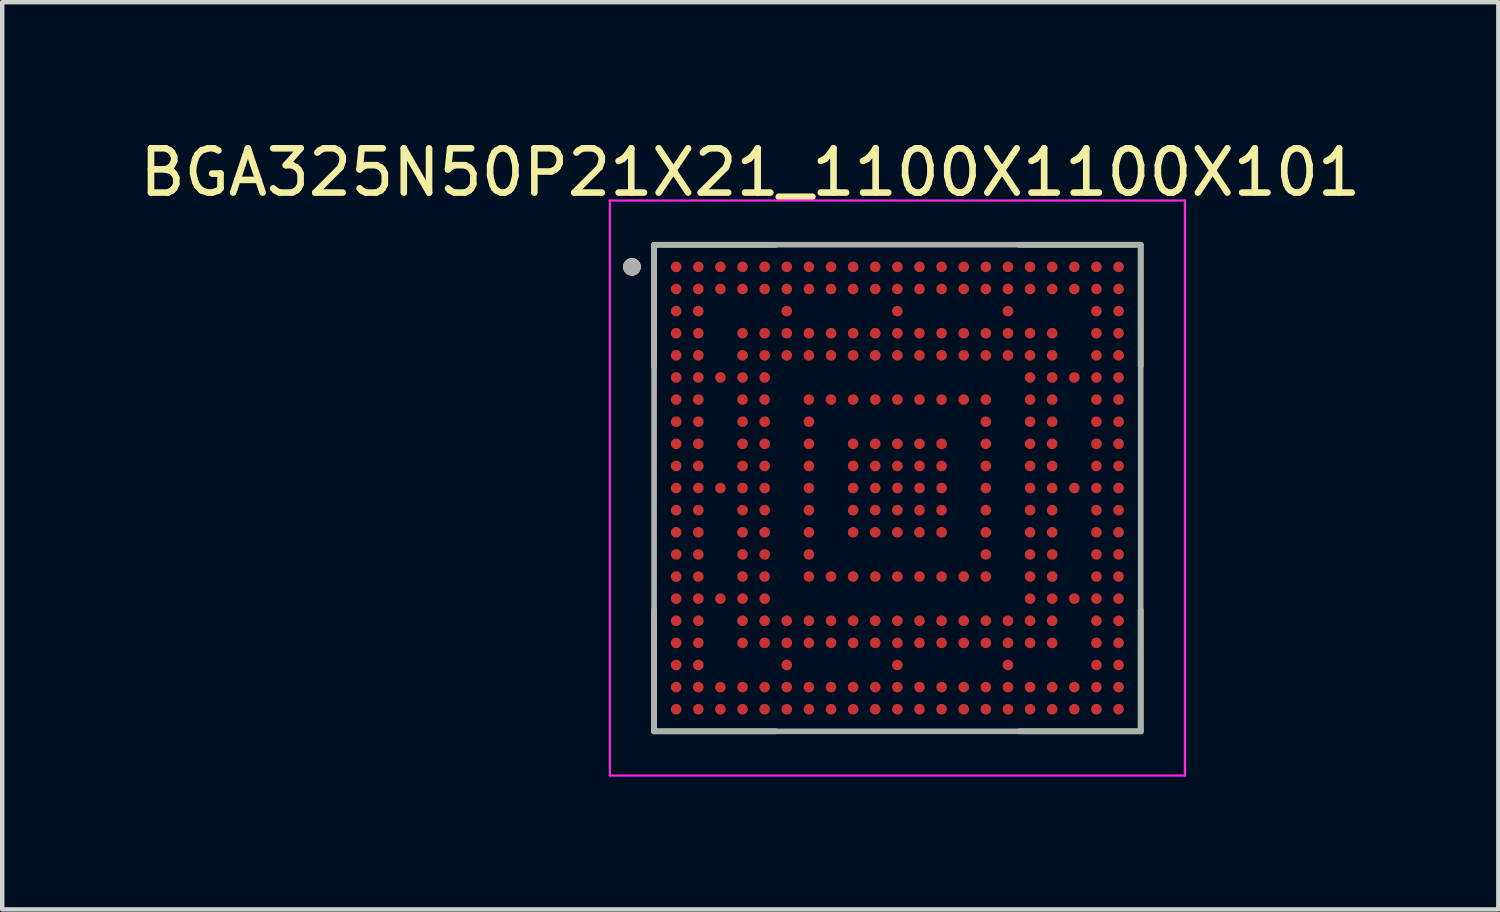
<source format=kicad_pcb>
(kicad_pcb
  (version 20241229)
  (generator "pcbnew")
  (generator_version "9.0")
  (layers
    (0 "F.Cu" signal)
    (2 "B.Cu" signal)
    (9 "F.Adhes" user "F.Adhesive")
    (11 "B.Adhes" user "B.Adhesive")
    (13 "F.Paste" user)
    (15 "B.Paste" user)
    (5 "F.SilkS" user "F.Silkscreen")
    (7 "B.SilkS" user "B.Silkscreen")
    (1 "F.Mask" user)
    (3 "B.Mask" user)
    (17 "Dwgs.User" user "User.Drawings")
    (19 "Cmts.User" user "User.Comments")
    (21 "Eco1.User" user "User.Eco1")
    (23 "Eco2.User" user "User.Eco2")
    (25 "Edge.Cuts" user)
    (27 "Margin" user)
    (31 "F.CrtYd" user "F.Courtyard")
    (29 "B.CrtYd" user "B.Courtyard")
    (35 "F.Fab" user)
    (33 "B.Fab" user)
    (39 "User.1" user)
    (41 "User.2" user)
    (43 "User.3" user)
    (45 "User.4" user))
  (footprint "BGA325N50P21X21_1100X1100X101"
    (layer "F.Cu")
    (at 17.236 7.983)
    (property "Reference" "BGA325N50P21X21_1100X1100X101" (at -3.325 -7.135 0) (layer "F.SilkS") (effects (font (size 1 1) (thickness 0.15))))
    (attr smd)
    (fp_line (start -5.5 -5.5) (end -5.5 -2.75) (stroke (width 0.127) (type solid)) (layer "F.SilkS"))
    (fp_line (start -5.5 -5.5) (end -2.75 -5.5) (stroke (width 0.127) (type solid)) (layer "F.SilkS"))
    (fp_line (start -5.5 5.5) (end -5.5 2.75) (stroke (width 0.127) (type solid)) (layer "F.SilkS"))
    (fp_line (start -5.5 5.5) (end -2.75 5.5) (stroke (width 0.127) (type solid)) (layer "F.SilkS"))
    (fp_line (start 5.5 -5.5) (end 2.75 -5.5) (stroke (width 0.127) (type solid)) (layer "F.SilkS"))
    (fp_line (start 5.5 -5.5) (end 5.5 -2.75) (stroke (width 0.127) (type solid)) (layer "F.SilkS"))
    (fp_line (start 5.5 5.5) (end 2.75 5.5) (stroke (width 0.127) (type solid)) (layer "F.SilkS"))
    (fp_line (start 5.5 5.5) (end 5.5 2.75) (stroke (width 0.127) (type solid)) (layer "F.SilkS"))
    (fp_circle (center -6 -5) (end -5.9 -5) (stroke (width 0.2) (type solid)) (fill no) (layer "F.SilkS"))
    (fp_line (start -6.5 -6.5) (end 6.5 -6.5) (stroke (width 0.05) (type solid)) (layer "F.CrtYd"))
    (fp_line (start -6.5 6.5) (end -6.5 -6.5) (stroke (width 0.05) (type solid)) (layer "F.CrtYd"))
    (fp_line (start -6.5 6.5) (end 6.5 6.5) (stroke (width 0.05) (type solid)) (layer "F.CrtYd"))
    (fp_line (start 6.5 6.5) (end 6.5 -6.5) (stroke (width 0.05) (type solid)) (layer "F.CrtYd"))
    (fp_line (start -5.5 5.5) (end -5.5 -5.5) (stroke (width 0.127) (type solid)) (layer "F.Fab"))
    (fp_line (start 5.5 -5.5) (end -5.5 -5.5) (stroke (width 0.127) (type solid)) (layer "F.Fab"))
    (fp_line (start 5.5 5.5) (end -5.5 5.5) (stroke (width 0.127) (type solid)) (layer "F.Fab"))
    (fp_line (start 5.5 5.5) (end 5.5 -5.5) (stroke (width 0.127) (type solid)) (layer "F.Fab"))
    (fp_circle (center -6 -5) (end -5.9 -5) (stroke (width 0.2) (type solid)) (fill no) (layer "F.Fab"))
    (pad "A1" smd circle (at -5 -5) (size 0.24 0.24) (layers "F.Cu" "F.Mask" "F.Paste"))
    (pad "A2" smd circle (at -4.5 -5) (size 0.24 0.24) (layers "F.Cu" "F.Mask" "F.Paste"))
    (pad "A3" smd circle (at -4 -5) (size 0.24 0.24) (layers "F.Cu" "F.Mask" "F.Paste"))
    (pad "A4" smd circle (at -3.5 -5) (size 0.24 0.24) (layers "F.Cu" "F.Mask" "F.Paste"))
    (pad "A5" smd circle (at -3 -5) (size 0.24 0.24) (layers "F.Cu" "F.Mask" "F.Paste"))
    (pad "A6" smd circle (at -2.5 -5) (size 0.24 0.24) (layers "F.Cu" "F.Mask" "F.Paste"))
    (pad "A7" smd circle (at -2 -5) (size 0.24 0.24) (layers "F.Cu" "F.Mask" "F.Paste"))
    (pad "A8" smd circle (at -1.5 -5) (size 0.24 0.24) (layers "F.Cu" "F.Mask" "F.Paste"))
    (pad "A9" smd circle (at -1 -5) (size 0.24 0.24) (layers "F.Cu" "F.Mask" "F.Paste"))
    (pad "A10" smd circle (at -0.5 -5) (size 0.24 0.24) (layers "F.Cu" "F.Mask" "F.Paste"))
    (pad "A11" smd circle (at 0 -5) (size 0.24 0.24) (layers "F.Cu" "F.Mask" "F.Paste"))
    (pad "A12" smd circle (at 0.5 -5) (size 0.24 0.24) (layers "F.Cu" "F.Mask" "F.Paste"))
    (pad "A13" smd circle (at 1 -5) (size 0.24 0.24) (layers "F.Cu" "F.Mask" "F.Paste"))
    (pad "A14" smd circle (at 1.5 -5) (size 0.24 0.24) (layers "F.Cu" "F.Mask" "F.Paste"))
    (pad "A15" smd circle (at 2 -5) (size 0.24 0.24) (layers "F.Cu" "F.Mask" "F.Paste"))
    (pad "A16" smd circle (at 2.5 -5) (size 0.24 0.24) (layers "F.Cu" "F.Mask" "F.Paste"))
    (pad "A17" smd circle (at 3 -5) (size 0.24 0.24) (layers "F.Cu" "F.Mask" "F.Paste"))
    (pad "A18" smd circle (at 3.5 -5) (size 0.24 0.24) (layers "F.Cu" "F.Mask" "F.Paste"))
    (pad "A19" smd circle (at 4 -5) (size 0.24 0.24) (layers "F.Cu" "F.Mask" "F.Paste"))
    (pad "A20" smd circle (at 4.5 -5) (size 0.24 0.24) (layers "F.Cu" "F.Mask" "F.Paste"))
    (pad "A21" smd circle (at 5 -5) (size 0.24 0.24) (layers "F.Cu" "F.Mask" "F.Paste"))
    (pad "AA1" smd circle (at -5 5) (size 0.24 0.24) (layers "F.Cu" "F.Mask" "F.Paste"))
    (pad "AA2" smd circle (at -4.5 5) (size 0.24 0.24) (layers "F.Cu" "F.Mask" "F.Paste"))
    (pad "AA3" smd circle (at -4 5) (size 0.24 0.24) (layers "F.Cu" "F.Mask" "F.Paste"))
    (pad "AA4" smd circle (at -3.5 5) (size 0.24 0.24) (layers "F.Cu" "F.Mask" "F.Paste"))
    (pad "AA5" smd circle (at -3 5) (size 0.24 0.24) (layers "F.Cu" "F.Mask" "F.Paste"))
    (pad "AA6" smd circle (at -2.5 5) (size 0.24 0.24) (layers "F.Cu" "F.Mask" "F.Paste"))
    (pad "AA7" smd circle (at -2 5) (size 0.24 0.24) (layers "F.Cu" "F.Mask" "F.Paste"))
    (pad "AA8" smd circle (at -1.5 5) (size 0.24 0.24) (layers "F.Cu" "F.Mask" "F.Paste"))
    (pad "AA9" smd circle (at -1 5) (size 0.24 0.24) (layers "F.Cu" "F.Mask" "F.Paste"))
    (pad "AA10" smd circle (at -0.5 5) (size 0.24 0.24) (layers "F.Cu" "F.Mask" "F.Paste"))
    (pad "AA11" smd circle (at 0 5) (size 0.24 0.24) (layers "F.Cu" "F.Mask" "F.Paste"))
    (pad "AA12" smd circle (at 0.5 5) (size 0.24 0.24) (layers "F.Cu" "F.Mask" "F.Paste"))
    (pad "AA13" smd circle (at 1 5) (size 0.24 0.24) (layers "F.Cu" "F.Mask" "F.Paste"))
    (pad "AA14" smd circle (at 1.5 5) (size 0.24 0.24) (layers "F.Cu" "F.Mask" "F.Paste"))
    (pad "AA15" smd circle (at 2 5) (size 0.24 0.24) (layers "F.Cu" "F.Mask" "F.Paste"))
    (pad "AA16" smd circle (at 2.5 5) (size 0.24 0.24) (layers "F.Cu" "F.Mask" "F.Paste"))
    (pad "AA17" smd circle (at 3 5) (size 0.24 0.24) (layers "F.Cu" "F.Mask" "F.Paste"))
    (pad "AA18" smd circle (at 3.5 5) (size 0.24 0.24) (layers "F.Cu" "F.Mask" "F.Paste"))
    (pad "AA19" smd circle (at 4 5) (size 0.24 0.24) (layers "F.Cu" "F.Mask" "F.Paste"))
    (pad "AA20" smd circle (at 4.5 5) (size 0.24 0.24) (layers "F.Cu" "F.Mask" "F.Paste"))
    (pad "AA21" smd circle (at 5 5) (size 0.24 0.24) (layers "F.Cu" "F.Mask" "F.Paste"))
    (pad "B1" smd circle (at -5 -4.5) (size 0.24 0.24) (layers "F.Cu" "F.Mask" "F.Paste"))
    (pad "B2" smd circle (at -4.5 -4.5) (size 0.24 0.24) (layers "F.Cu" "F.Mask" "F.Paste"))
    (pad "B3" smd circle (at -4 -4.5) (size 0.24 0.24) (layers "F.Cu" "F.Mask" "F.Paste"))
    (pad "B4" smd circle (at -3.5 -4.5) (size 0.24 0.24) (layers "F.Cu" "F.Mask" "F.Paste"))
    (pad "B5" smd circle (at -3 -4.5) (size 0.24 0.24) (layers "F.Cu" "F.Mask" "F.Paste"))
    (pad "B6" smd circle (at -2.5 -4.5) (size 0.24 0.24) (layers "F.Cu" "F.Mask" "F.Paste"))
    (pad "B7" smd circle (at -2 -4.5) (size 0.24 0.24) (layers "F.Cu" "F.Mask" "F.Paste"))
    (pad "B8" smd circle (at -1.5 -4.5) (size 0.24 0.24) (layers "F.Cu" "F.Mask" "F.Paste"))
    (pad "B9" smd circle (at -1 -4.5) (size 0.24 0.24) (layers "F.Cu" "F.Mask" "F.Paste"))
    (pad "B10" smd circle (at -0.5 -4.5) (size 0.24 0.24) (layers "F.Cu" "F.Mask" "F.Paste"))
    (pad "B11" smd circle (at 0 -4.5) (size 0.24 0.24) (layers "F.Cu" "F.Mask" "F.Paste"))
    (pad "B12" smd circle (at 0.5 -4.5) (size 0.24 0.24) (layers "F.Cu" "F.Mask" "F.Paste"))
    (pad "B13" smd circle (at 1 -4.5) (size 0.24 0.24) (layers "F.Cu" "F.Mask" "F.Paste"))
    (pad "B14" smd circle (at 1.5 -4.5) (size 0.24 0.24) (layers "F.Cu" "F.Mask" "F.Paste"))
    (pad "B15" smd circle (at 2 -4.5) (size 0.24 0.24) (layers "F.Cu" "F.Mask" "F.Paste"))
    (pad "B16" smd circle (at 2.5 -4.5) (size 0.24 0.24) (layers "F.Cu" "F.Mask" "F.Paste"))
    (pad "B17" smd circle (at 3 -4.5) (size 0.24 0.24) (layers "F.Cu" "F.Mask" "F.Paste"))
    (pad "B18" smd circle (at 3.5 -4.5) (size 0.24 0.24) (layers "F.Cu" "F.Mask" "F.Paste"))
    (pad "B19" smd circle (at 4 -4.5) (size 0.24 0.24) (layers "F.Cu" "F.Mask" "F.Paste"))
    (pad "B20" smd circle (at 4.5 -4.5) (size 0.24 0.24) (layers "F.Cu" "F.Mask" "F.Paste"))
    (pad "B21" smd circle (at 5 -4.5) (size 0.24 0.24) (layers "F.Cu" "F.Mask" "F.Paste"))
    (pad "C1" smd circle (at -5 -4) (size 0.24 0.24) (layers "F.Cu" "F.Mask" "F.Paste"))
    (pad "C2" smd circle (at -4.5 -4) (size 0.24 0.24) (layers "F.Cu" "F.Mask" "F.Paste"))
    (pad "C6" smd circle (at -2.5 -4) (size 0.24 0.24) (layers "F.Cu" "F.Mask" "F.Paste"))
    (pad "C11" smd circle (at 0 -4) (size 0.24 0.24) (layers "F.Cu" "F.Mask" "F.Paste"))
    (pad "C16" smd circle (at 2.5 -4) (size 0.24 0.24) (layers "F.Cu" "F.Mask" "F.Paste"))
    (pad "C20" smd circle (at 4.5 -4) (size 0.24 0.24) (layers "F.Cu" "F.Mask" "F.Paste"))
    (pad "C21" smd circle (at 5 -4) (size 0.24 0.24) (layers "F.Cu" "F.Mask" "F.Paste"))
    (pad "D1" smd circle (at -5 -3.5) (size 0.24 0.24) (layers "F.Cu" "F.Mask" "F.Paste"))
    (pad "D2" smd circle (at -4.5 -3.5) (size 0.24 0.24) (layers "F.Cu" "F.Mask" "F.Paste"))
    (pad "D4" smd circle (at -3.5 -3.5) (size 0.24 0.24) (layers "F.Cu" "F.Mask" "F.Paste"))
    (pad "D5" smd circle (at -3 -3.5) (size 0.24 0.24) (layers "F.Cu" "F.Mask" "F.Paste"))
    (pad "D6" smd circle (at -2.5 -3.5) (size 0.24 0.24) (layers "F.Cu" "F.Mask" "F.Paste"))
    (pad "D7" smd circle (at -2 -3.5) (size 0.24 0.24) (layers "F.Cu" "F.Mask" "F.Paste"))
    (pad "D8" smd circle (at -1.5 -3.5) (size 0.24 0.24) (layers "F.Cu" "F.Mask" "F.Paste"))
    (pad "D9" smd circle (at -1 -3.5) (size 0.24 0.24) (layers "F.Cu" "F.Mask" "F.Paste"))
    (pad "D10" smd circle (at -0.5 -3.5) (size 0.24 0.24) (layers "F.Cu" "F.Mask" "F.Paste"))
    (pad "D11" smd circle (at 0 -3.5) (size 0.24 0.24) (layers "F.Cu" "F.Mask" "F.Paste"))
    (pad "D12" smd circle (at 0.5 -3.5) (size 0.24 0.24) (layers "F.Cu" "F.Mask" "F.Paste"))
    (pad "D13" smd circle (at 1 -3.5) (size 0.24 0.24) (layers "F.Cu" "F.Mask" "F.Paste"))
    (pad "D14" smd circle (at 1.5 -3.5) (size 0.24 0.24) (layers "F.Cu" "F.Mask" "F.Paste"))
    (pad "D15" smd circle (at 2 -3.5) (size 0.24 0.24) (layers "F.Cu" "F.Mask" "F.Paste"))
    (pad "D16" smd circle (at 2.5 -3.5) (size 0.24 0.24) (layers "F.Cu" "F.Mask" "F.Paste"))
    (pad "D17" smd circle (at 3 -3.5) (size 0.24 0.24) (layers "F.Cu" "F.Mask" "F.Paste"))
    (pad "D18" smd circle (at 3.5 -3.5) (size 0.24 0.24) (layers "F.Cu" "F.Mask" "F.Paste"))
    (pad "D20" smd circle (at 4.5 -3.5) (size 0.24 0.24) (layers "F.Cu" "F.Mask" "F.Paste"))
    (pad "D21" smd circle (at 5 -3.5) (size 0.24 0.24) (layers "F.Cu" "F.Mask" "F.Paste"))
    (pad "E1" smd circle (at -5 -3) (size 0.24 0.24) (layers "F.Cu" "F.Mask" "F.Paste"))
    (pad "E2" smd circle (at -4.5 -3) (size 0.24 0.24) (layers "F.Cu" "F.Mask" "F.Paste"))
    (pad "E4" smd circle (at -3.5 -3) (size 0.24 0.24) (layers "F.Cu" "F.Mask" "F.Paste"))
    (pad "E5" smd circle (at -3 -3) (size 0.24 0.24) (layers "F.Cu" "F.Mask" "F.Paste"))
    (pad "E6" smd circle (at -2.5 -3) (size 0.24 0.24) (layers "F.Cu" "F.Mask" "F.Paste"))
    (pad "E7" smd circle (at -2 -3) (size 0.24 0.24) (layers "F.Cu" "F.Mask" "F.Paste"))
    (pad "E8" smd circle (at -1.5 -3) (size 0.24 0.24) (layers "F.Cu" "F.Mask" "F.Paste"))
    (pad "E9" smd circle (at -1 -3) (size 0.24 0.24) (layers "F.Cu" "F.Mask" "F.Paste"))
    (pad "E10" smd circle (at -0.5 -3) (size 0.24 0.24) (layers "F.Cu" "F.Mask" "F.Paste"))
    (pad "E11" smd circle (at 0 -3) (size 0.24 0.24) (layers "F.Cu" "F.Mask" "F.Paste"))
    (pad "E12" smd circle (at 0.5 -3) (size 0.24 0.24) (layers "F.Cu" "F.Mask" "F.Paste"))
    (pad "E13" smd circle (at 1 -3) (size 0.24 0.24) (layers "F.Cu" "F.Mask" "F.Paste"))
    (pad "E14" smd circle (at 1.5 -3) (size 0.24 0.24) (layers "F.Cu" "F.Mask" "F.Paste"))
    (pad "E15" smd circle (at 2 -3) (size 0.24 0.24) (layers "F.Cu" "F.Mask" "F.Paste"))
    (pad "E16" smd circle (at 2.5 -3) (size 0.24 0.24) (layers "F.Cu" "F.Mask" "F.Paste"))
    (pad "E17" smd circle (at 3 -3) (size 0.24 0.24) (layers "F.Cu" "F.Mask" "F.Paste"))
    (pad "E18" smd circle (at 3.5 -3) (size 0.24 0.24) (layers "F.Cu" "F.Mask" "F.Paste"))
    (pad "E20" smd circle (at 4.5 -3) (size 0.24 0.24) (layers "F.Cu" "F.Mask" "F.Paste"))
    (pad "E21" smd circle (at 5 -3) (size 0.24 0.24) (layers "F.Cu" "F.Mask" "F.Paste"))
    (pad "F1" smd circle (at -5 -2.5) (size 0.24 0.24) (layers "F.Cu" "F.Mask" "F.Paste"))
    (pad "F2" smd circle (at -4.5 -2.5) (size 0.24 0.24) (layers "F.Cu" "F.Mask" "F.Paste"))
    (pad "F3" smd circle (at -4 -2.5) (size 0.24 0.24) (layers "F.Cu" "F.Mask" "F.Paste"))
    (pad "F4" smd circle (at -3.5 -2.5) (size 0.24 0.24) (layers "F.Cu" "F.Mask" "F.Paste"))
    (pad "F5" smd circle (at -3 -2.5) (size 0.24 0.24) (layers "F.Cu" "F.Mask" "F.Paste"))
    (pad "F17" smd circle (at 3 -2.5) (size 0.24 0.24) (layers "F.Cu" "F.Mask" "F.Paste"))
    (pad "F18" smd circle (at 3.5 -2.5) (size 0.24 0.24) (layers "F.Cu" "F.Mask" "F.Paste"))
    (pad "F19" smd circle (at 4 -2.5) (size 0.24 0.24) (layers "F.Cu" "F.Mask" "F.Paste"))
    (pad "F20" smd circle (at 4.5 -2.5) (size 0.24 0.24) (layers "F.Cu" "F.Mask" "F.Paste"))
    (pad "F21" smd circle (at 5 -2.5) (size 0.24 0.24) (layers "F.Cu" "F.Mask" "F.Paste"))
    (pad "G1" smd circle (at -5 -2) (size 0.24 0.24) (layers "F.Cu" "F.Mask" "F.Paste"))
    (pad "G2" smd circle (at -4.5 -2) (size 0.24 0.24) (layers "F.Cu" "F.Mask" "F.Paste"))
    (pad "G4" smd circle (at -3.5 -2) (size 0.24 0.24) (layers "F.Cu" "F.Mask" "F.Paste"))
    (pad "G5" smd circle (at -3 -2) (size 0.24 0.24) (layers "F.Cu" "F.Mask" "F.Paste"))
    (pad "G7" smd circle (at -2 -2) (size 0.24 0.24) (layers "F.Cu" "F.Mask" "F.Paste"))
    (pad "G8" smd circle (at -1.5 -2) (size 0.24 0.24) (layers "F.Cu" "F.Mask" "F.Paste"))
    (pad "G9" smd circle (at -1 -2) (size 0.24 0.24) (layers "F.Cu" "F.Mask" "F.Paste"))
    (pad "G10" smd circle (at -0.5 -2) (size 0.24 0.24) (layers "F.Cu" "F.Mask" "F.Paste"))
    (pad "G11" smd circle (at 0 -2) (size 0.24 0.24) (layers "F.Cu" "F.Mask" "F.Paste"))
    (pad "G12" smd circle (at 0.5 -2) (size 0.24 0.24) (layers "F.Cu" "F.Mask" "F.Paste"))
    (pad "G13" smd circle (at 1 -2) (size 0.24 0.24) (layers "F.Cu" "F.Mask" "F.Paste"))
    (pad "G14" smd circle (at 1.5 -2) (size 0.24 0.24) (layers "F.Cu" "F.Mask" "F.Paste"))
    (pad "G15" smd circle (at 2 -2) (size 0.24 0.24) (layers "F.Cu" "F.Mask" "F.Paste"))
    (pad "G17" smd circle (at 3 -2) (size 0.24 0.24) (layers "F.Cu" "F.Mask" "F.Paste"))
    (pad "G18" smd circle (at 3.5 -2) (size 0.24 0.24) (layers "F.Cu" "F.Mask" "F.Paste"))
    (pad "G20" smd circle (at 4.5 -2) (size 0.24 0.24) (layers "F.Cu" "F.Mask" "F.Paste"))
    (pad "G21" smd circle (at 5 -2) (size 0.24 0.24) (layers "F.Cu" "F.Mask" "F.Paste"))
    (pad "H1" smd circle (at -5 -1.5) (size 0.24 0.24) (layers "F.Cu" "F.Mask" "F.Paste"))
    (pad "H2" smd circle (at -4.5 -1.5) (size 0.24 0.24) (layers "F.Cu" "F.Mask" "F.Paste"))
    (pad "H4" smd circle (at -3.5 -1.5) (size 0.24 0.24) (layers "F.Cu" "F.Mask" "F.Paste"))
    (pad "H5" smd circle (at -3 -1.5) (size 0.24 0.24) (layers "F.Cu" "F.Mask" "F.Paste"))
    (pad "H7" smd circle (at -2 -1.5) (size 0.24 0.24) (layers "F.Cu" "F.Mask" "F.Paste"))
    (pad "H15" smd circle (at 2 -1.5) (size 0.24 0.24) (layers "F.Cu" "F.Mask" "F.Paste"))
    (pad "H17" smd circle (at 3 -1.5) (size 0.24 0.24) (layers "F.Cu" "F.Mask" "F.Paste"))
    (pad "H18" smd circle (at 3.5 -1.5) (size 0.24 0.24) (layers "F.Cu" "F.Mask" "F.Paste"))
    (pad "H20" smd circle (at 4.5 -1.5) (size 0.24 0.24) (layers "F.Cu" "F.Mask" "F.Paste"))
    (pad "H21" smd circle (at 5 -1.5) (size 0.24 0.24) (layers "F.Cu" "F.Mask" "F.Paste"))
    (pad "J1" smd circle (at -5 -1) (size 0.24 0.24) (layers "F.Cu" "F.Mask" "F.Paste"))
    (pad "J2" smd circle (at -4.5 -1) (size 0.24 0.24) (layers "F.Cu" "F.Mask" "F.Paste"))
    (pad "J4" smd circle (at -3.5 -1) (size 0.24 0.24) (layers "F.Cu" "F.Mask" "F.Paste"))
    (pad "J5" smd circle (at -3 -1) (size 0.24 0.24) (layers "F.Cu" "F.Mask" "F.Paste"))
    (pad "J7" smd circle (at -2 -1) (size 0.24 0.24) (layers "F.Cu" "F.Mask" "F.Paste"))
    (pad "J9" smd circle (at -1 -1) (size 0.24 0.24) (layers "F.Cu" "F.Mask" "F.Paste"))
    (pad "J10" smd circle (at -0.5 -1) (size 0.24 0.24) (layers "F.Cu" "F.Mask" "F.Paste"))
    (pad "J11" smd circle (at 0 -1) (size 0.24 0.24) (layers "F.Cu" "F.Mask" "F.Paste"))
    (pad "J12" smd circle (at 0.5 -1) (size 0.24 0.24) (layers "F.Cu" "F.Mask" "F.Paste"))
    (pad "J13" smd circle (at 1 -1) (size 0.24 0.24) (layers "F.Cu" "F.Mask" "F.Paste"))
    (pad "J15" smd circle (at 2 -1) (size 0.24 0.24) (layers "F.Cu" "F.Mask" "F.Paste"))
    (pad "J17" smd circle (at 3 -1) (size 0.24 0.24) (layers "F.Cu" "F.Mask" "F.Paste"))
    (pad "J18" smd circle (at 3.5 -1) (size 0.24 0.24) (layers "F.Cu" "F.Mask" "F.Paste"))
    (pad "J20" smd circle (at 4.5 -1) (size 0.24 0.24) (layers "F.Cu" "F.Mask" "F.Paste"))
    (pad "J21" smd circle (at 5 -1) (size 0.24 0.24) (layers "F.Cu" "F.Mask" "F.Paste"))
    (pad "K1" smd circle (at -5 -0.5) (size 0.24 0.24) (layers "F.Cu" "F.Mask" "F.Paste"))
    (pad "K2" smd circle (at -4.5 -0.5) (size 0.24 0.24) (layers "F.Cu" "F.Mask" "F.Paste"))
    (pad "K4" smd circle (at -3.5 -0.5) (size 0.24 0.24) (layers "F.Cu" "F.Mask" "F.Paste"))
    (pad "K5" smd circle (at -3 -0.5) (size 0.24 0.24) (layers "F.Cu" "F.Mask" "F.Paste"))
    (pad "K7" smd circle (at -2 -0.5) (size 0.24 0.24) (layers "F.Cu" "F.Mask" "F.Paste"))
    (pad "K9" smd circle (at -1 -0.5) (size 0.24 0.24) (layers "F.Cu" "F.Mask" "F.Paste"))
    (pad "K10" smd circle (at -0.5 -0.5) (size 0.24 0.24) (layers "F.Cu" "F.Mask" "F.Paste"))
    (pad "K11" smd circle (at 0 -0.5) (size 0.24 0.24) (layers "F.Cu" "F.Mask" "F.Paste"))
    (pad "K12" smd circle (at 0.5 -0.5) (size 0.24 0.24) (layers "F.Cu" "F.Mask" "F.Paste"))
    (pad "K13" smd circle (at 1 -0.5) (size 0.24 0.24) (layers "F.Cu" "F.Mask" "F.Paste"))
    (pad "K15" smd circle (at 2 -0.5) (size 0.24 0.24) (layers "F.Cu" "F.Mask" "F.Paste"))
    (pad "K17" smd circle (at 3 -0.5) (size 0.24 0.24) (layers "F.Cu" "F.Mask" "F.Paste"))
    (pad "K18" smd circle (at 3.5 -0.5) (size 0.24 0.24) (layers "F.Cu" "F.Mask" "F.Paste"))
    (pad "K20" smd circle (at 4.5 -0.5) (size 0.24 0.24) (layers "F.Cu" "F.Mask" "F.Paste"))
    (pad "K21" smd circle (at 5 -0.5) (size 0.24 0.24) (layers "F.Cu" "F.Mask" "F.Paste"))
    (pad "L1" smd circle (at -5 0) (size 0.24 0.24) (layers "F.Cu" "F.Mask" "F.Paste"))
    (pad "L2" smd circle (at -4.5 0) (size 0.24 0.24) (layers "F.Cu" "F.Mask" "F.Paste"))
    (pad "L3" smd circle (at -4 0) (size 0.24 0.24) (layers "F.Cu" "F.Mask" "F.Paste"))
    (pad "L4" smd circle (at -3.5 0) (size 0.24 0.24) (layers "F.Cu" "F.Mask" "F.Paste"))
    (pad "L5" smd circle (at -3 0) (size 0.24 0.24) (layers "F.Cu" "F.Mask" "F.Paste"))
    (pad "L7" smd circle (at -2 0) (size 0.24 0.24) (layers "F.Cu" "F.Mask" "F.Paste"))
    (pad "L9" smd circle (at -1 0) (size 0.24 0.24) (layers "F.Cu" "F.Mask" "F.Paste"))
    (pad "L10" smd circle (at -0.5 0) (size 0.24 0.24) (layers "F.Cu" "F.Mask" "F.Paste"))
    (pad "L11" smd circle (at 0 0) (size 0.24 0.24) (layers "F.Cu" "F.Mask" "F.Paste"))
    (pad "L12" smd circle (at 0.5 0) (size 0.24 0.24) (layers "F.Cu" "F.Mask" "F.Paste"))
    (pad "L13" smd circle (at 1 0) (size 0.24 0.24) (layers "F.Cu" "F.Mask" "F.Paste"))
    (pad "L15" smd circle (at 2 0) (size 0.24 0.24) (layers "F.Cu" "F.Mask" "F.Paste"))
    (pad "L17" smd circle (at 3 0) (size 0.24 0.24) (layers "F.Cu" "F.Mask" "F.Paste"))
    (pad "L18" smd circle (at 3.5 0) (size 0.24 0.24) (layers "F.Cu" "F.Mask" "F.Paste"))
    (pad "L19" smd circle (at 4 0) (size 0.24 0.24) (layers "F.Cu" "F.Mask" "F.Paste"))
    (pad "L20" smd circle (at 4.5 0) (size 0.24 0.24) (layers "F.Cu" "F.Mask" "F.Paste"))
    (pad "L21" smd circle (at 5 0) (size 0.24 0.24) (layers "F.Cu" "F.Mask" "F.Paste"))
    (pad "M1" smd circle (at -5 0.5) (size 0.24 0.24) (layers "F.Cu" "F.Mask" "F.Paste"))
    (pad "M2" smd circle (at -4.5 0.5) (size 0.24 0.24) (layers "F.Cu" "F.Mask" "F.Paste"))
    (pad "M4" smd circle (at -3.5 0.5) (size 0.24 0.24) (layers "F.Cu" "F.Mask" "F.Paste"))
    (pad "M5" smd circle (at -3 0.5) (size 0.24 0.24) (layers "F.Cu" "F.Mask" "F.Paste"))
    (pad "M7" smd circle (at -2 0.5) (size 0.24 0.24) (layers "F.Cu" "F.Mask" "F.Paste"))
    (pad "M9" smd circle (at -1 0.5) (size 0.24 0.24) (layers "F.Cu" "F.Mask" "F.Paste"))
    (pad "M10" smd circle (at -0.5 0.5) (size 0.24 0.24) (layers "F.Cu" "F.Mask" "F.Paste"))
    (pad "M11" smd circle (at 0 0.5) (size 0.24 0.24) (layers "F.Cu" "F.Mask" "F.Paste"))
    (pad "M12" smd circle (at 0.5 0.5) (size 0.24 0.24) (layers "F.Cu" "F.Mask" "F.Paste"))
    (pad "M13" smd circle (at 1 0.5) (size 0.24 0.24) (layers "F.Cu" "F.Mask" "F.Paste"))
    (pad "M15" smd circle (at 2 0.5) (size 0.24 0.24) (layers "F.Cu" "F.Mask" "F.Paste"))
    (pad "M17" smd circle (at 3 0.5) (size 0.24 0.24) (layers "F.Cu" "F.Mask" "F.Paste"))
    (pad "M18" smd circle (at 3.5 0.5) (size 0.24 0.24) (layers "F.Cu" "F.Mask" "F.Paste"))
    (pad "M20" smd circle (at 4.5 0.5) (size 0.24 0.24) (layers "F.Cu" "F.Mask" "F.Paste"))
    (pad "M21" smd circle (at 5 0.5) (size 0.24 0.24) (layers "F.Cu" "F.Mask" "F.Paste"))
    (pad "N1" smd circle (at -5 1) (size 0.24 0.24) (layers "F.Cu" "F.Mask" "F.Paste"))
    (pad "N2" smd circle (at -4.5 1) (size 0.24 0.24) (layers "F.Cu" "F.Mask" "F.Paste"))
    (pad "N4" smd circle (at -3.5 1) (size 0.24 0.24) (layers "F.Cu" "F.Mask" "F.Paste"))
    (pad "N5" smd circle (at -3 1) (size 0.24 0.24) (layers "F.Cu" "F.Mask" "F.Paste"))
    (pad "N7" smd circle (at -2 1) (size 0.24 0.24) (layers "F.Cu" "F.Mask" "F.Paste"))
    (pad "N9" smd circle (at -1 1) (size 0.24 0.24) (layers "F.Cu" "F.Mask" "F.Paste"))
    (pad "N10" smd circle (at -0.5 1) (size 0.24 0.24) (layers "F.Cu" "F.Mask" "F.Paste"))
    (pad "N11" smd circle (at 0 1) (size 0.24 0.24) (layers "F.Cu" "F.Mask" "F.Paste"))
    (pad "N12" smd circle (at 0.5 1) (size 0.24 0.24) (layers "F.Cu" "F.Mask" "F.Paste"))
    (pad "N13" smd circle (at 1 1) (size 0.24 0.24) (layers "F.Cu" "F.Mask" "F.Paste"))
    (pad "N15" smd circle (at 2 1) (size 0.24 0.24) (layers "F.Cu" "F.Mask" "F.Paste"))
    (pad "N17" smd circle (at 3 1) (size 0.24 0.24) (layers "F.Cu" "F.Mask" "F.Paste"))
    (pad "N18" smd circle (at 3.5 1) (size 0.24 0.24) (layers "F.Cu" "F.Mask" "F.Paste"))
    (pad "N20" smd circle (at 4.5 1) (size 0.24 0.24) (layers "F.Cu" "F.Mask" "F.Paste"))
    (pad "N21" smd circle (at 5 1) (size 0.24 0.24) (layers "F.Cu" "F.Mask" "F.Paste"))
    (pad "P1" smd circle (at -5 1.5) (size 0.24 0.24) (layers "F.Cu" "F.Mask" "F.Paste"))
    (pad "P2" smd circle (at -4.5 1.5) (size 0.24 0.24) (layers "F.Cu" "F.Mask" "F.Paste"))
    (pad "P4" smd circle (at -3.5 1.5) (size 0.24 0.24) (layers "F.Cu" "F.Mask" "F.Paste"))
    (pad "P5" smd circle (at -3 1.5) (size 0.24 0.24) (layers "F.Cu" "F.Mask" "F.Paste"))
    (pad "P7" smd circle (at -2 1.5) (size 0.24 0.24) (layers "F.Cu" "F.Mask" "F.Paste"))
    (pad "P15" smd circle (at 2 1.5) (size 0.24 0.24) (layers "F.Cu" "F.Mask" "F.Paste"))
    (pad "P17" smd circle (at 3 1.5) (size 0.24 0.24) (layers "F.Cu" "F.Mask" "F.Paste"))
    (pad "P18" smd circle (at 3.5 1.5) (size 0.24 0.24) (layers "F.Cu" "F.Mask" "F.Paste"))
    (pad "P20" smd circle (at 4.5 1.5) (size 0.24 0.24) (layers "F.Cu" "F.Mask" "F.Paste"))
    (pad "P21" smd circle (at 5 1.5) (size 0.24 0.24) (layers "F.Cu" "F.Mask" "F.Paste"))
    (pad "R1" smd circle (at -5 2) (size 0.24 0.24) (layers "F.Cu" "F.Mask" "F.Paste"))
    (pad "R2" smd circle (at -4.5 2) (size 0.24 0.24) (layers "F.Cu" "F.Mask" "F.Paste"))
    (pad "R4" smd circle (at -3.5 2) (size 0.24 0.24) (layers "F.Cu" "F.Mask" "F.Paste"))
    (pad "R5" smd circle (at -3 2) (size 0.24 0.24) (layers "F.Cu" "F.Mask" "F.Paste"))
    (pad "R7" smd circle (at -2 2) (size 0.24 0.24) (layers "F.Cu" "F.Mask" "F.Paste"))
    (pad "R8" smd circle (at -1.5 2) (size 0.24 0.24) (layers "F.Cu" "F.Mask" "F.Paste"))
    (pad "R9" smd circle (at -1 2) (size 0.24 0.24) (layers "F.Cu" "F.Mask" "F.Paste"))
    (pad "R10" smd circle (at -0.5 2) (size 0.24 0.24) (layers "F.Cu" "F.Mask" "F.Paste"))
    (pad "R11" smd circle (at 0 2) (size 0.24 0.24) (layers "F.Cu" "F.Mask" "F.Paste"))
    (pad "R12" smd circle (at 0.5 2) (size 0.24 0.24) (layers "F.Cu" "F.Mask" "F.Paste"))
    (pad "R13" smd circle (at 1 2) (size 0.24 0.24) (layers "F.Cu" "F.Mask" "F.Paste"))
    (pad "R14" smd circle (at 1.5 2) (size 0.24 0.24) (layers "F.Cu" "F.Mask" "F.Paste"))
    (pad "R15" smd circle (at 2 2) (size 0.24 0.24) (layers "F.Cu" "F.Mask" "F.Paste"))
    (pad "R17" smd circle (at 3 2) (size 0.24 0.24) (layers "F.Cu" "F.Mask" "F.Paste"))
    (pad "R18" smd circle (at 3.5 2) (size 0.24 0.24) (layers "F.Cu" "F.Mask" "F.Paste"))
    (pad "R20" smd circle (at 4.5 2) (size 0.24 0.24) (layers "F.Cu" "F.Mask" "F.Paste"))
    (pad "R21" smd circle (at 5 2) (size 0.24 0.24) (layers "F.Cu" "F.Mask" "F.Paste"))
    (pad "T1" smd circle (at -5 2.5) (size 0.24 0.24) (layers "F.Cu" "F.Mask" "F.Paste"))
    (pad "T2" smd circle (at -4.5 2.5) (size 0.24 0.24) (layers "F.Cu" "F.Mask" "F.Paste"))
    (pad "T3" smd circle (at -4 2.5) (size 0.24 0.24) (layers "F.Cu" "F.Mask" "F.Paste"))
    (pad "T4" smd circle (at -3.5 2.5) (size 0.24 0.24) (layers "F.Cu" "F.Mask" "F.Paste"))
    (pad "T5" smd circle (at -3 2.5) (size 0.24 0.24) (layers "F.Cu" "F.Mask" "F.Paste"))
    (pad "T17" smd circle (at 3 2.5) (size 0.24 0.24) (layers "F.Cu" "F.Mask" "F.Paste"))
    (pad "T18" smd circle (at 3.5 2.5) (size 0.24 0.24) (layers "F.Cu" "F.Mask" "F.Paste"))
    (pad "T19" smd circle (at 4 2.5) (size 0.24 0.24) (layers "F.Cu" "F.Mask" "F.Paste"))
    (pad "T20" smd circle (at 4.5 2.5) (size 0.24 0.24) (layers "F.Cu" "F.Mask" "F.Paste"))
    (pad "T21" smd circle (at 5 2.5) (size 0.24 0.24) (layers "F.Cu" "F.Mask" "F.Paste"))
    (pad "U1" smd circle (at -5 3) (size 0.24 0.24) (layers "F.Cu" "F.Mask" "F.Paste"))
    (pad "U2" smd circle (at -4.5 3) (size 0.24 0.24) (layers "F.Cu" "F.Mask" "F.Paste"))
    (pad "U4" smd circle (at -3.5 3) (size 0.24 0.24) (layers "F.Cu" "F.Mask" "F.Paste"))
    (pad "U5" smd circle (at -3 3) (size 0.24 0.24) (layers "F.Cu" "F.Mask" "F.Paste"))
    (pad "U6" smd circle (at -2.5 3) (size 0.24 0.24) (layers "F.Cu" "F.Mask" "F.Paste"))
    (pad "U7" smd circle (at -2 3) (size 0.24 0.24) (layers "F.Cu" "F.Mask" "F.Paste"))
    (pad "U8" smd circle (at -1.5 3) (size 0.24 0.24) (layers "F.Cu" "F.Mask" "F.Paste"))
    (pad "U9" smd circle (at -1 3) (size 0.24 0.24) (layers "F.Cu" "F.Mask" "F.Paste"))
    (pad "U10" smd circle (at -0.5 3) (size 0.24 0.24) (layers "F.Cu" "F.Mask" "F.Paste"))
    (pad "U11" smd circle (at 0 3) (size 0.24 0.24) (layers "F.Cu" "F.Mask" "F.Paste"))
    (pad "U12" smd circle (at 0.5 3) (size 0.24 0.24) (layers "F.Cu" "F.Mask" "F.Paste"))
    (pad "U13" smd circle (at 1 3) (size 0.24 0.24) (layers "F.Cu" "F.Mask" "F.Paste"))
    (pad "U14" smd circle (at 1.5 3) (size 0.24 0.24) (layers "F.Cu" "F.Mask" "F.Paste"))
    (pad "U15" smd circle (at 2 3) (size 0.24 0.24) (layers "F.Cu" "F.Mask" "F.Paste"))
    (pad "U16" smd circle (at 2.5 3) (size 0.24 0.24) (layers "F.Cu" "F.Mask" "F.Paste"))
    (pad "U17" smd circle (at 3 3) (size 0.24 0.24) (layers "F.Cu" "F.Mask" "F.Paste"))
    (pad "U18" smd circle (at 3.5 3) (size 0.24 0.24) (layers "F.Cu" "F.Mask" "F.Paste"))
    (pad "U20" smd circle (at 4.5 3) (size 0.24 0.24) (layers "F.Cu" "F.Mask" "F.Paste"))
    (pad "U21" smd circle (at 5 3) (size 0.24 0.24) (layers "F.Cu" "F.Mask" "F.Paste"))
    (pad "V1" smd circle (at -5 3.5) (size 0.24 0.24) (layers "F.Cu" "F.Mask" "F.Paste"))
    (pad "V2" smd circle (at -4.5 3.5) (size 0.24 0.24) (layers "F.Cu" "F.Mask" "F.Paste"))
    (pad "V4" smd circle (at -3.5 3.5) (size 0.24 0.24) (layers "F.Cu" "F.Mask" "F.Paste"))
    (pad "V5" smd circle (at -3 3.5) (size 0.24 0.24) (layers "F.Cu" "F.Mask" "F.Paste"))
    (pad "V6" smd circle (at -2.5 3.5) (size 0.24 0.24) (layers "F.Cu" "F.Mask" "F.Paste"))
    (pad "V7" smd circle (at -2 3.5) (size 0.24 0.24) (layers "F.Cu" "F.Mask" "F.Paste"))
    (pad "V8" smd circle (at -1.5 3.5) (size 0.24 0.24) (layers "F.Cu" "F.Mask" "F.Paste"))
    (pad "V9" smd circle (at -1 3.5) (size 0.24 0.24) (layers "F.Cu" "F.Mask" "F.Paste"))
    (pad "V10" smd circle (at -0.5 3.5) (size 0.24 0.24) (layers "F.Cu" "F.Mask" "F.Paste"))
    (pad "V11" smd circle (at 0 3.5) (size 0.24 0.24) (layers "F.Cu" "F.Mask" "F.Paste"))
    (pad "V12" smd circle (at 0.5 3.5) (size 0.24 0.24) (layers "F.Cu" "F.Mask" "F.Paste"))
    (pad "V13" smd circle (at 1 3.5) (size 0.24 0.24) (layers "F.Cu" "F.Mask" "F.Paste"))
    (pad "V14" smd circle (at 1.5 3.5) (size 0.24 0.24) (layers "F.Cu" "F.Mask" "F.Paste"))
    (pad "V15" smd circle (at 2 3.5) (size 0.24 0.24) (layers "F.Cu" "F.Mask" "F.Paste"))
    (pad "V16" smd circle (at 2.5 3.5) (size 0.24 0.24) (layers "F.Cu" "F.Mask" "F.Paste"))
    (pad "V17" smd circle (at 3 3.5) (size 0.24 0.24) (layers "F.Cu" "F.Mask" "F.Paste"))
    (pad "V18" smd circle (at 3.5 3.5) (size 0.24 0.24) (layers "F.Cu" "F.Mask" "F.Paste"))
    (pad "V20" smd circle (at 4.5 3.5) (size 0.24 0.24) (layers "F.Cu" "F.Mask" "F.Paste"))
    (pad "V21" smd circle (at 5 3.5) (size 0.24 0.24) (layers "F.Cu" "F.Mask" "F.Paste"))
    (pad "W1" smd circle (at -5 4) (size 0.24 0.24) (layers "F.Cu" "F.Mask" "F.Paste"))
    (pad "W2" smd circle (at -4.5 4) (size 0.24 0.24) (layers "F.Cu" "F.Mask" "F.Paste"))
    (pad "W6" smd circle (at -2.5 4) (size 0.24 0.24) (layers "F.Cu" "F.Mask" "F.Paste"))
    (pad "W11" smd circle (at 0 4) (size 0.24 0.24) (layers "F.Cu" "F.Mask" "F.Paste"))
    (pad "W16" smd circle (at 2.5 4) (size 0.24 0.24) (layers "F.Cu" "F.Mask" "F.Paste"))
    (pad "W20" smd circle (at 4.5 4) (size 0.24 0.24) (layers "F.Cu" "F.Mask" "F.Paste"))
    (pad "W21" smd circle (at 5 4) (size 0.24 0.24) (layers "F.Cu" "F.Mask" "F.Paste"))
    (pad "Y1" smd circle (at -5 4.5) (size 0.24 0.24) (layers "F.Cu" "F.Mask" "F.Paste"))
    (pad "Y2" smd circle (at -4.5 4.5) (size 0.24 0.24) (layers "F.Cu" "F.Mask" "F.Paste"))
    (pad "Y3" smd circle (at -4 4.5) (size 0.24 0.24) (layers "F.Cu" "F.Mask" "F.Paste"))
    (pad "Y4" smd circle (at -3.5 4.5) (size 0.24 0.24) (layers "F.Cu" "F.Mask" "F.Paste"))
    (pad "Y5" smd circle (at -3 4.5) (size 0.24 0.24) (layers "F.Cu" "F.Mask" "F.Paste"))
    (pad "Y6" smd circle (at -2.5 4.5) (size 0.24 0.24) (layers "F.Cu" "F.Mask" "F.Paste"))
    (pad "Y7" smd circle (at -2 4.5) (size 0.24 0.24) (layers "F.Cu" "F.Mask" "F.Paste"))
    (pad "Y8" smd circle (at -1.5 4.5) (size 0.24 0.24) (layers "F.Cu" "F.Mask" "F.Paste"))
    (pad "Y9" smd circle (at -1 4.5) (size 0.24 0.24) (layers "F.Cu" "F.Mask" "F.Paste"))
    (pad "Y10" smd circle (at -0.5 4.5) (size 0.24 0.24) (layers "F.Cu" "F.Mask" "F.Paste"))
    (pad "Y11" smd circle (at 0 4.5) (size 0.24 0.24) (layers "F.Cu" "F.Mask" "F.Paste"))
    (pad "Y12" smd circle (at 0.5 4.5) (size 0.24 0.24) (layers "F.Cu" "F.Mask" "F.Paste"))
    (pad "Y13" smd circle (at 1 4.5) (size 0.24 0.24) (layers "F.Cu" "F.Mask" "F.Paste"))
    (pad "Y14" smd circle (at 1.5 4.5) (size 0.24 0.24) (layers "F.Cu" "F.Mask" "F.Paste"))
    (pad "Y15" smd circle (at 2 4.5) (size 0.24 0.24) (layers "F.Cu" "F.Mask" "F.Paste"))
    (pad "Y16" smd circle (at 2.5 4.5) (size 0.24 0.24) (layers "F.Cu" "F.Mask" "F.Paste"))
    (pad "Y17" smd circle (at 3 4.5) (size 0.24 0.24) (layers "F.Cu" "F.Mask" "F.Paste"))
    (pad "Y18" smd circle (at 3.5 4.5) (size 0.24 0.24) (layers "F.Cu" "F.Mask" "F.Paste"))
    (pad "Y19" smd circle (at 4 4.5) (size 0.24 0.24) (layers "F.Cu" "F.Mask" "F.Paste"))
    (pad "Y20" smd circle (at 4.5 4.5) (size 0.24 0.24) (layers "F.Cu" "F.Mask" "F.Paste"))
    (pad "Y21" smd circle (at 5 4.5) (size 0.24 0.24) (layers "F.Cu" "F.Mask" "F.Paste")))
  (gr_rect
    (start -3 -3)
    (end 30.821 17.508)
    (stroke (width 0.1) (type default))
    (fill no)
    (layer "Edge.Cuts")))
</source>
